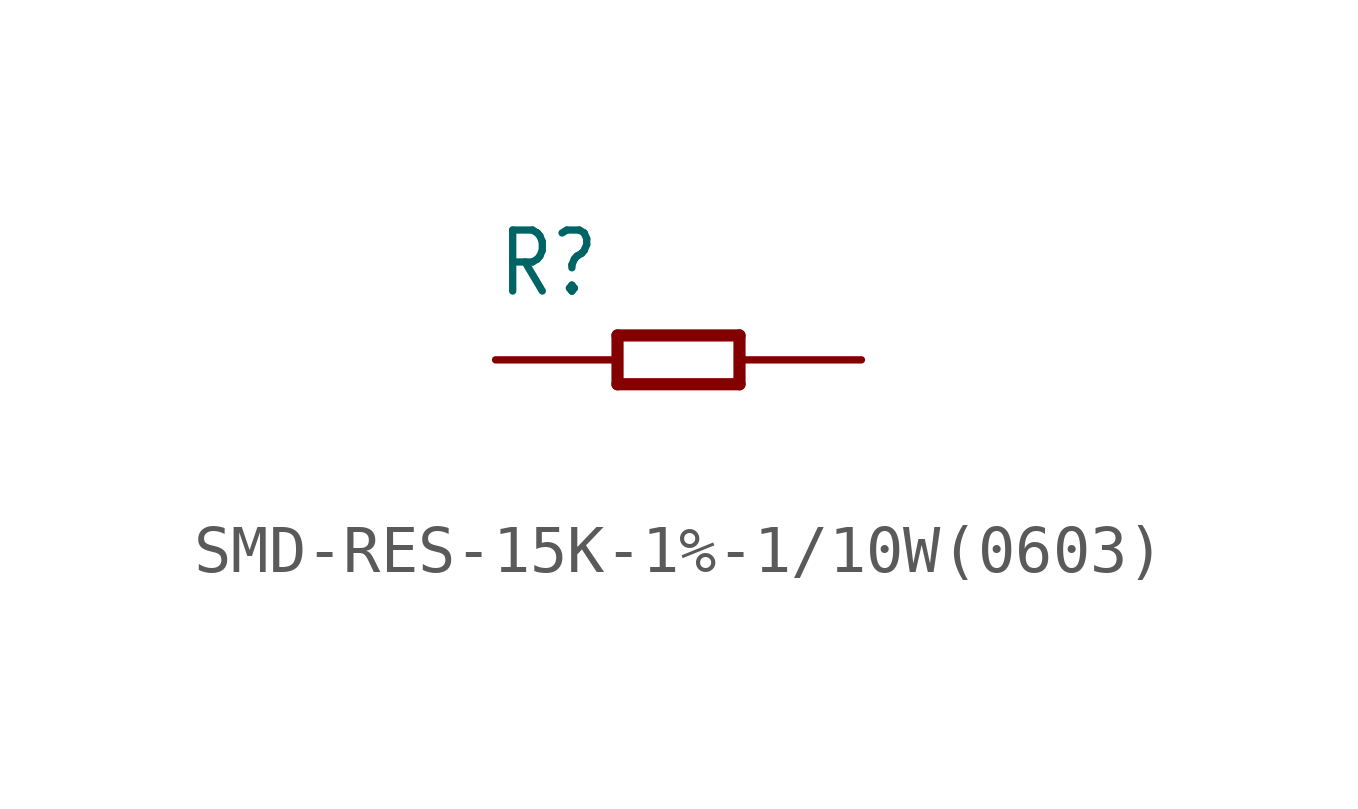
<source format=kicad_sym>
(kicad_symbol_lib
  (version 20220914)
  (generator kicad_symbol_editor)
  (symbol "SMD-RES-15K-1%-1/10W(0603)"
    (property "Reference" "R"
      (at -3.81 1.27 0)
      (effects (font (size 1.27 1.079)) (justify left bottom)))
    (property "Value" ""
      (at -3.81 -2.54 0)
      (effects (font (size 1.27 1.079)) (justify left bottom)))
    (property "ki_locked" ""
      (at 0 0 0)
      (effects (font (size 1.27 1.27))))
    (symbol "SMD-RES-15K-1%-1/10W(0603)_1_0"
      (polyline (pts (xy -1.27 -0.508) (xy -1.27 0.508)) (stroke (width 0.254) (type solid)) (fill (type none)))
      (polyline (pts (xy -1.27 0.508) (xy 1.27 0.508)) (stroke (width 0.254) (type solid)) (fill (type none)))
      (polyline (pts (xy 1.27 -0.508) (xy -1.27 -0.508)) (stroke (width 0.254) (type solid)) (fill (type none)))
      (polyline (pts (xy 1.27 0.508) (xy 1.27 -0.508)) (stroke (width 0.254) (type solid)) (fill (type none)))
      (pin passive line (at -3.81 0 0) (length 2.54) (name "1" (effects (font (size 0 0)))) (number "1" (effects (font (size 0 0)))))
      (pin passive line (at 3.81 0 180) (length 2.54) (name "2" (effects (font (size 0 0)))) (number "2" (effects (font (size 0 0))))))))
</source>
